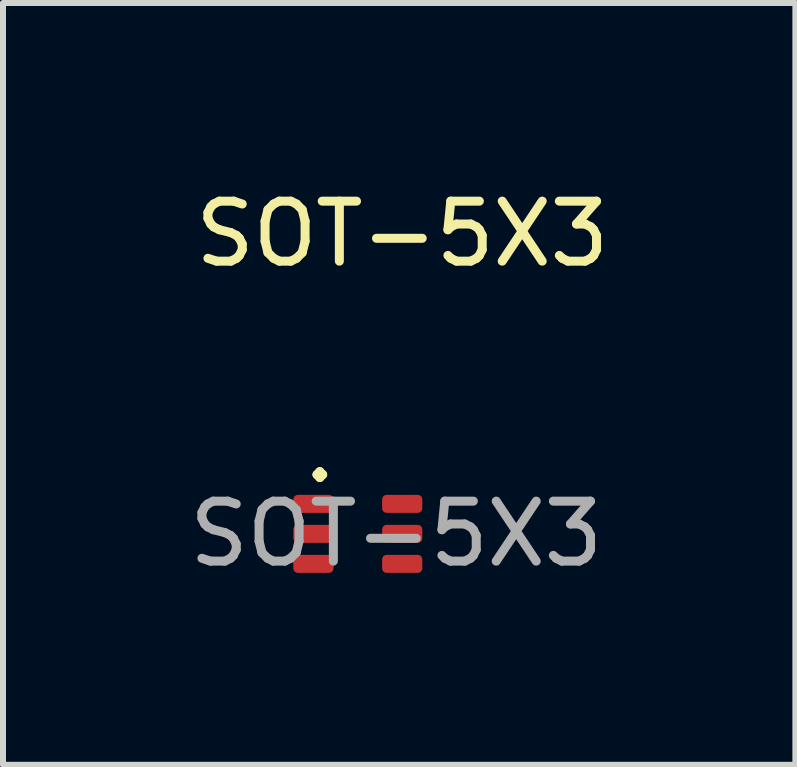
<source format=kicad_pcb>
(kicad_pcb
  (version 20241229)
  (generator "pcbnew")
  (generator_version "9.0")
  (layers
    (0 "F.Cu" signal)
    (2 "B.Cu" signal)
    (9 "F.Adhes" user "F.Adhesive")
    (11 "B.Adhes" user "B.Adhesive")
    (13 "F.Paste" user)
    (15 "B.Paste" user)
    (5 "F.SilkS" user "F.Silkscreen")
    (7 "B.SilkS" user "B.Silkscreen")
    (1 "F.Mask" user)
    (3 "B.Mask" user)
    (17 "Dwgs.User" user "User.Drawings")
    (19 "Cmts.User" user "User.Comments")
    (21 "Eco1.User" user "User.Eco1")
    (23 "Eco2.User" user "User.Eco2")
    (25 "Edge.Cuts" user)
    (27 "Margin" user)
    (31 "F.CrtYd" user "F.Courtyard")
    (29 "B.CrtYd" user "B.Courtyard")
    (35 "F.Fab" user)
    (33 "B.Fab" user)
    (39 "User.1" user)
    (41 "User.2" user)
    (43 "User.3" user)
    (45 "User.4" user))
  (footprint "SOT-5X3"
    (layer "F.Cu")
    (at 3.654 1.348)
    (property "Reference" "SOT-5X3" (at 0 -0.5 0) (unlocked yes) (layer "F.SilkS") (effects (font (size 1 1) (thickness 0.15))))
    (attr smd)
    (fp_text user "." (at -1.71 3.69 0) (unlocked yes) (layer "F.SilkS") (effects (font (size 1 1) (thickness 0.15)) (justify left bottom)))
    (fp_text user "${REFERENCE}" (at -0.1 4.5 0) (unlocked yes) (layer "F.Fab") (effects (font (size 1 1) (thickness 0.15))))
    (pad "1" smd roundrect (at -1.48 4) (size 0.67 0.3) (layers "F.Cu" "F.Mask" "F.Paste") (roundrect_rratio 0.25))
    (pad "2" smd roundrect (at -1.48 4.5) (size 0.67 0.3) (layers "F.Cu" "F.Mask" "F.Paste") (roundrect_rratio 0.25))
    (pad "3" smd roundrect (at -1.48 5) (size 0.67 0.3) (layers "F.Cu" "F.Mask" "F.Paste") (roundrect_rratio 0.25))
    (pad "4" smd roundrect (at 0 5) (size 0.67 0.3) (layers "F.Cu" "F.Mask" "F.Paste") (roundrect_rratio 0.25))
    (pad "5" smd roundrect (at 0 4.5) (size 0.67 0.3) (layers "F.Cu" "F.Mask" "F.Paste") (roundrect_rratio 0.25))
    (pad "6" smd roundrect (at 0 4) (size 0.67 0.3) (layers "F.Cu" "F.Mask" "F.Paste") (roundrect_rratio 0.25)))
  (gr_rect
    (start -3 -3)
    (end 10.207 9.697)
    (stroke (width 0.1) (type default))
    (fill no)
    (layer "Edge.Cuts")))
</source>
